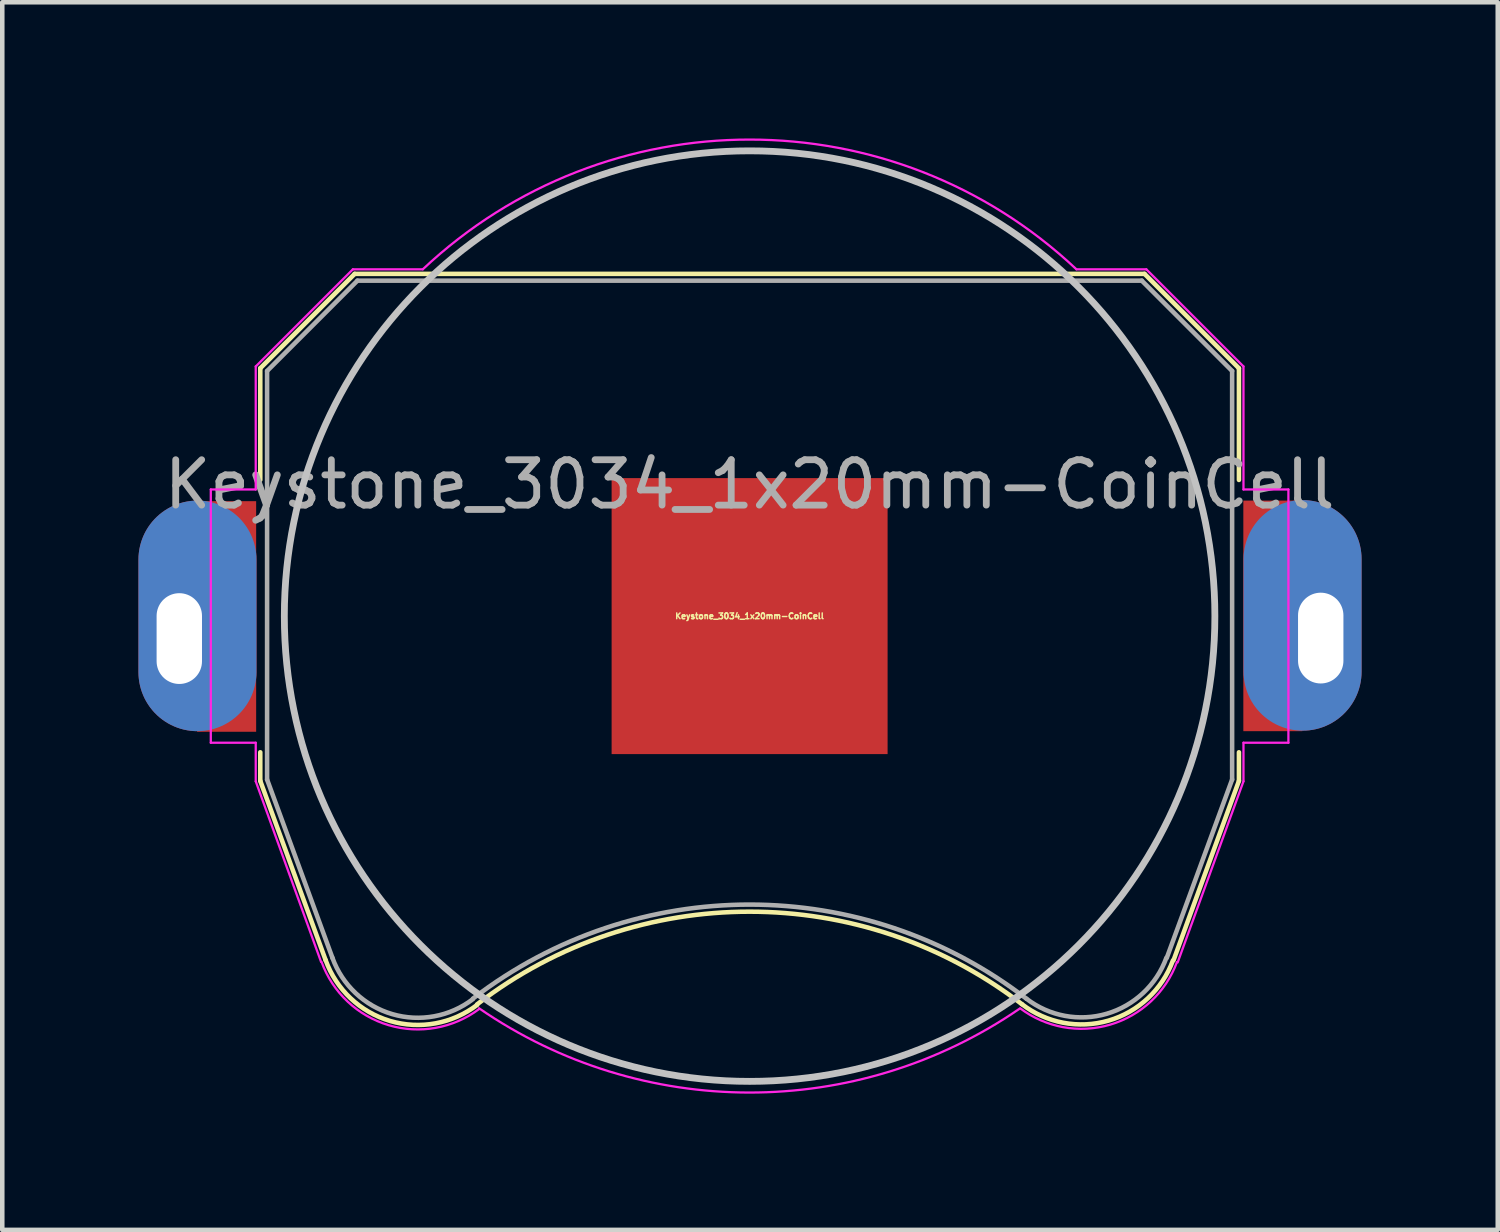
<source format=kicad_pcb>
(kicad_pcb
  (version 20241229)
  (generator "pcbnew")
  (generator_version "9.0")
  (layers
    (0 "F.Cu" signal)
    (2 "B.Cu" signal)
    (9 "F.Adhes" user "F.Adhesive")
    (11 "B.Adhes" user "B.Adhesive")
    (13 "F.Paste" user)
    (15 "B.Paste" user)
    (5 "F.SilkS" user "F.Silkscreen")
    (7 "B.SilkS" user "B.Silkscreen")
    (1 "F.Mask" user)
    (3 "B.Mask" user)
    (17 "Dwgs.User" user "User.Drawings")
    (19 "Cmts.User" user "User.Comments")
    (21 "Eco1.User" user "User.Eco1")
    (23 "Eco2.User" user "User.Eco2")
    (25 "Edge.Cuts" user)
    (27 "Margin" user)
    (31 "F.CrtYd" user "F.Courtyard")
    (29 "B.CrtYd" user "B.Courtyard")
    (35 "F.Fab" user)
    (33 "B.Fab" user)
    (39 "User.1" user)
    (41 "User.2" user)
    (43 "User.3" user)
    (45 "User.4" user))
  (footprint "Keystone_3034_1x20mm-CoinCell"
    (layer "F.Cu")
    (at 13.464 10.523)
    (property "Reference" "Keystone_3034_1x20mm-CoinCell" (at 0 0 0) (layer "F.SilkS") (effects (font (size 0.127 0.127) (thickness 0.032))))
    (attr smd)
    (fp_line (start -10.78 -5.46) (end -10.78 -3) (stroke (width 0.1) (type solid)) (layer "F.SilkS"))
    (fp_line (start -10.78 3) (end -10.78 3.63) (stroke (width 0.1) (type solid)) (layer "F.SilkS"))
    (fp_line (start -10.78 3.63) (end -9.34 7.58) (stroke (width 0.1) (type solid)) (layer "F.SilkS"))
    (fp_line (start -8.7 -7.54) (end -10.78 -5.46) (stroke (width 0.1) (type solid)) (layer "F.SilkS"))
    (fp_line (start 8.7 -7.54) (end -8.7 -7.54) (stroke (width 0.1) (type solid)) (layer "F.SilkS"))
    (fp_line (start 8.7 -7.54) (end 10.78 -5.46) (stroke (width 0.1) (type solid)) (layer "F.SilkS"))
    (fp_line (start 10.78 -5.46) (end 10.78 -3) (stroke (width 0.1) (type solid)) (layer "F.SilkS"))
    (fp_line (start 10.78 3) (end 10.78 3.63) (stroke (width 0.1) (type solid)) (layer "F.SilkS"))
    (fp_line (start 10.78 3.63) (end 9.34 7.58) (stroke (width 0.1) (type solid)) (layer "F.SilkS"))
    (fp_arc (start -6.0046 8.553536) (mid -0.002901 6.511341) (end 6 8.55) (stroke (width 0.1) (type solid)) (layer "F.SilkS"))
    (fp_arc (start -6.003354 8.56653) (mid -7.921654 8.918738) (end -9.34 7.58) (stroke (width 0.1) (type solid)) (layer "F.SilkS"))
    (fp_arc (start 9.325243 7.588169) (mid 7.90634 8.911668) (end 6 8.55) (stroke (width 0.1) (type solid)) (layer "F.SilkS"))
    (fp_circle (center 0 0) (end 0 10.25) (stroke (width 0.15) (type solid)) (fill no) (layer "Dwgs.User"))
    (fp_line (start -11.87 -2.79) (end -11.87 2.79) (stroke (width 0.05) (type solid)) (layer "F.CrtYd"))
    (fp_line (start -11.87 2.79) (end -10.88 2.79) (stroke (width 0.05) (type solid)) (layer "F.CrtYd"))
    (fp_line (start -10.88 -5.5) (end -10.88 -2.79) (stroke (width 0.05) (type solid)) (layer "F.CrtYd"))
    (fp_line (start -10.88 -2.79) (end -11.87 -2.79) (stroke (width 0.05) (type solid)) (layer "F.CrtYd"))
    (fp_line (start -10.88 2.79) (end -10.88 3.64) (stroke (width 0.05) (type solid)) (layer "F.CrtYd"))
    (fp_line (start -10.88 3.64) (end -9.44 7.62) (stroke (width 0.05) (type solid)) (layer "F.CrtYd"))
    (fp_line (start -8.74 -7.64) (end -10.88 -5.5) (stroke (width 0.05) (type solid)) (layer "F.CrtYd"))
    (fp_line (start -7.2 -7.64) (end -8.74 -7.64) (stroke (width 0.05) (type solid)) (layer "F.CrtYd"))
    (fp_line (start 8.74 -7.64) (end 7.2 -7.64) (stroke (width 0.05) (type solid)) (layer "F.CrtYd"))
    (fp_line (start 9.43 7.63) (end 10.88 3.64) (stroke (width 0.05) (type solid)) (layer "F.CrtYd"))
    (fp_line (start 10.88 -5.5) (end 8.74 -7.64) (stroke (width 0.05) (type solid)) (layer "F.CrtYd"))
    (fp_line (start 10.88 -2.79) (end 10.88 -5.5) (stroke (width 0.05) (type solid)) (layer "F.CrtYd"))
    (fp_line (start 10.88 2.79) (end 11.87 2.79) (stroke (width 0.05) (type solid)) (layer "F.CrtYd"))
    (fp_line (start 10.88 3.64) (end 10.88 2.79) (stroke (width 0.05) (type solid)) (layer "F.CrtYd"))
    (fp_line (start 11.87 -2.79) (end 10.88 -2.79) (stroke (width 0.05) (type solid)) (layer "F.CrtYd"))
    (fp_line (start 11.87 2.79) (end 11.87 -2.79) (stroke (width 0.05) (type solid)) (layer "F.CrtYd"))
    (fp_arc (start -7.199546 -7.640427) (mid 0.000312 -10.498075) (end 7.2 -7.64) (stroke (width 0.05) (type solid)) (layer "F.CrtYd"))
    (fp_arc (start -5.956965 8.654604) (mid -7.953941 9.011629) (end -9.43 7.62) (stroke (width 0.05) (type solid)) (layer "F.CrtYd"))
    (fp_arc (start 5.945368 8.650075) (mid -0.008883 10.496243) (end -5.96 8.64) (stroke (width 0.05) (type solid)) (layer "F.CrtYd"))
    (fp_arc (start 9.415144 7.621341) (mid 7.944017 9.000493) (end 5.96 8.64) (stroke (width 0.05) (type solid)) (layer "F.CrtYd"))
    (fp_line (start -10.63 -5.4) (end -8.64 -7.39) (stroke (width 0.1) (type solid)) (layer "F.Fab"))
    (fp_line (start -10.63 3.6) (end -10.63 -5.4) (stroke (width 0.1) (type solid)) (layer "F.Fab"))
    (fp_line (start -9.19 7.53) (end -10.63 3.6) (stroke (width 0.1) (type solid)) (layer "F.Fab"))
    (fp_line (start -8.64 -7.39) (end 8.64 -7.39) (stroke (width 0.1) (type solid)) (layer "F.Fab"))
    (fp_line (start 8.64 -7.39) (end 10.63 -5.4) (stroke (width 0.1) (type solid)) (layer "F.Fab"))
    (fp_line (start 10.63 -5.4) (end 10.63 3.6) (stroke (width 0.1) (type solid)) (layer "F.Fab"))
    (fp_line (start 10.63 3.6) (end 9.19 7.53) (stroke (width 0.1) (type solid)) (layer "F.Fab"))
    (fp_arc (start -6.096146 8.438508) (mid -7.87328 8.768206) (end -9.19 7.53) (stroke (width 0.1) (type solid)) (layer "F.Fab"))
    (fp_arc (start -6.094852 8.426043) (mid 0.003247 6.355257) (end 6.1 8.43) (stroke (width 0.1) (type solid)) (layer "F.Fab"))
    (fp_arc (start 9.180727 7.528882) (mid 7.868698 8.760067) (end 6.1 8.43) (stroke (width 0.1) (type solid)) (layer "F.Fab"))
    (fp_text user "${REFERENCE}" (at 0 -2.9 0) (layer "F.Fab") (effects (font (size 1 1) (thickness 0.15))))
    (pad "1" thru_hole oval (at -12.564 0.495) (size 2.6 5.08) (drill oval 1 2 (offset 0.4 -0.5)) (layers "*.Cu" "*.Mask"))
    (pad "1" smd rect (at -11.021 0.008) (size 1.3 5.08) (drill oval (offset -0.5 0)) (layers "F.Cu" "F.Mask" "F.Paste"))
    (pad "1" smd rect (at 12.027 -0.005) (size 1.3 5.08) (drill oval (offset -0.5 0)) (layers "F.Cu" "F.Mask" "F.Paste"))
    (pad "1" thru_hole oval (at 12.582 0.484) (size 2.6 5.08) (drill oval 1 2 (offset -0.4 -0.5)) (layers "*.Cu" "*.Mask"))
    (pad "2" smd rect (at 0 0) (size 6.08 6.08) (layers "F.Cu" "F.Mask" "F.Paste")))
  (gr_rect
    (start -3 -3)
    (end 29.946 24.044)
    (stroke (width 0.1) (type default))
    (fill no)
    (layer "Edge.Cuts")))
</source>
